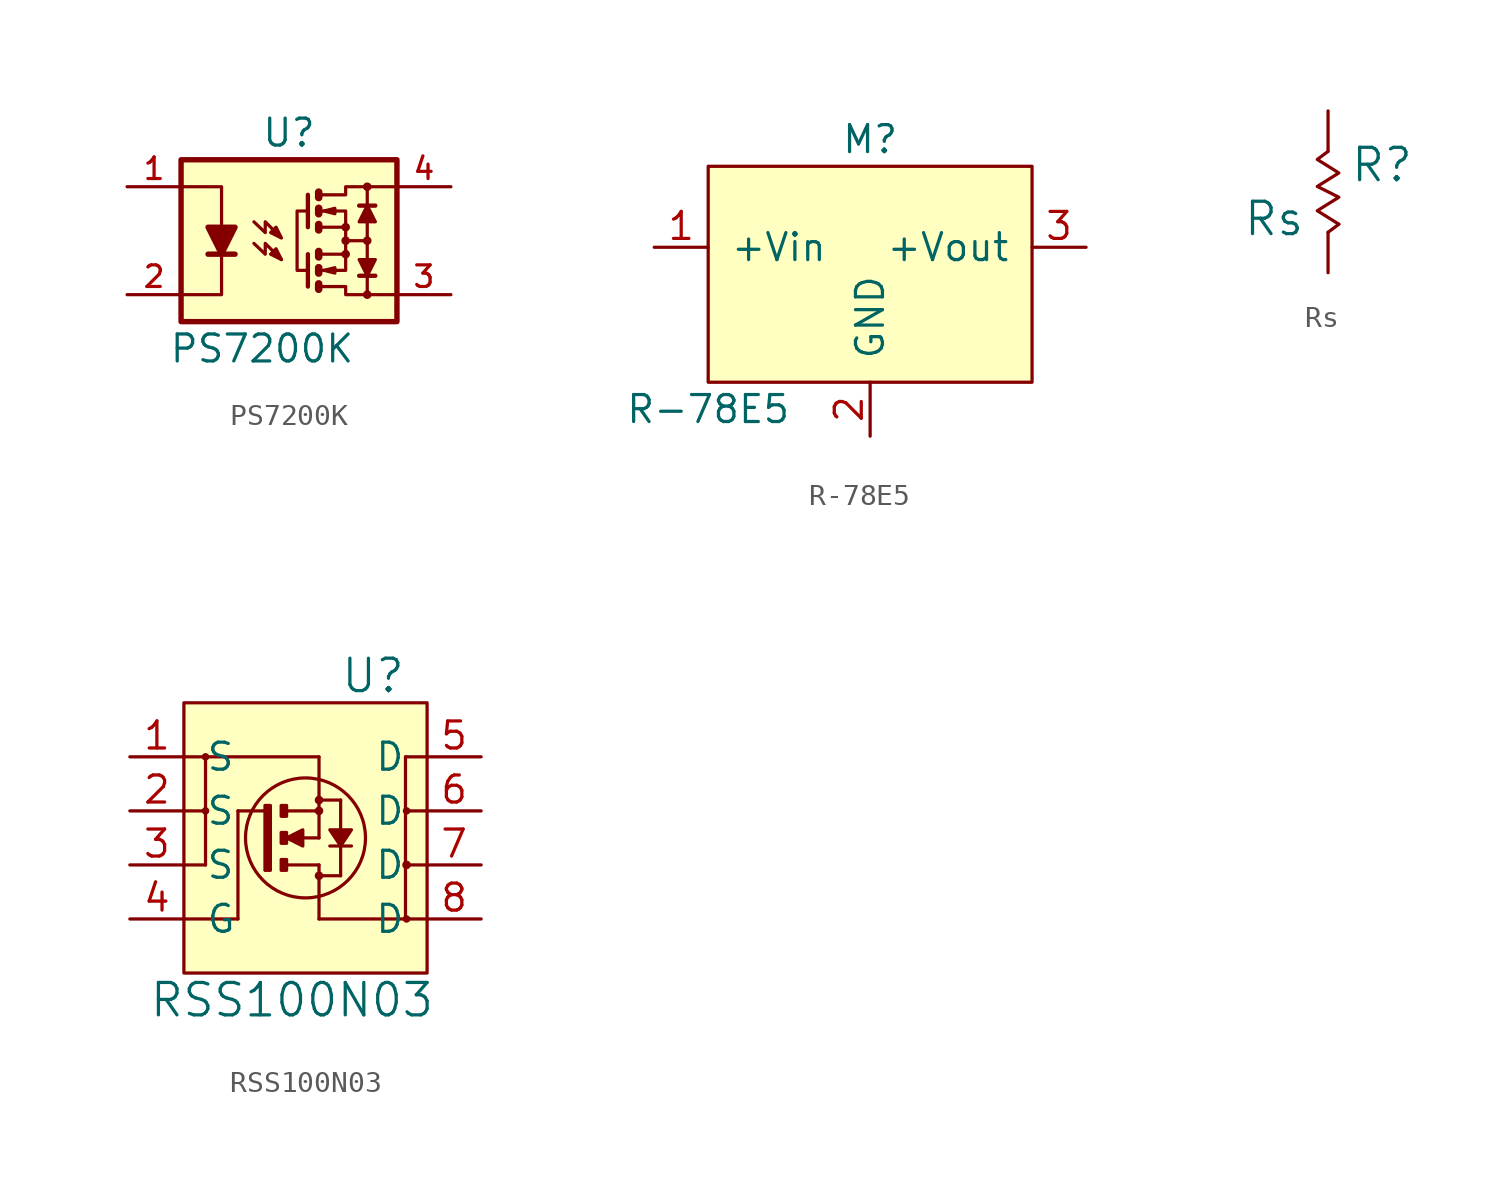
<source format=kicad_sym>
(kicad_symbol_lib
  (version 20220914)
  (generator kicad_symbol_editor)
  (symbol "PS7200K"
    (pin_names
      (offset 1.016))
    (property "Reference" "U"
      (at 0 5.08 0)
      (effects (font (size 1.27 1.27))))
    (property "Value" "PS7200K"
      (at -1.27 -5.08 0)
      (effects (font (size 1.27 1.27))))
    (symbol "PS7200K_1_1"
      (rectangle (start -5.08 3.81) (end 5.08 -3.81) (stroke (width 0.254) (type default)) (fill (type background)))
      (polyline (pts (xy -3.81 -0.635) (xy -2.54 -0.635)) (stroke (width 0.254) (type default)) (fill (type none)))
      (polyline (pts (xy 0.889 -0.635) (xy 0.889 -2.159)) (stroke (width 0.203) (type default)) (fill (type none)))
      (polyline (pts (xy 0.889 2.159) (xy 0.889 0.635)) (stroke (width 0.203) (type default)) (fill (type none)))
      (polyline (pts (xy 1.397 -0.508) (xy 1.397 -0.762)) (stroke (width 0.356) (type default)) (fill (type none)))
      (polyline (pts (xy 2.667 0) (xy 3.683 0)) (stroke (width 0) (type default)) (fill (type none)))
      (polyline (pts (xy 3.302 -1.651) (xy 4.064 -1.651)) (stroke (width 0.203) (type default)) (fill (type none)))
      (polyline (pts (xy 3.302 1.651) (xy 4.064 1.651)) (stroke (width 0.203) (type default)) (fill (type none)))
      (polyline (pts (xy 3.683 0) (xy 3.683 -2.54)) (stroke (width 0) (type default)) (fill (type none)))
      (polyline (pts (xy 3.683 0) (xy 3.683 2.54)) (stroke (width 0) (type default)) (fill (type none)))
      (polyline (pts (xy -5.08 2.54) (xy -3.175 2.54) (xy -3.175 0.635)) (stroke (width 0) (type default)) (fill (type none)))
      (polyline (pts (xy -3.175 -0.635) (xy -3.175 -2.54) (xy -5.08 -2.54)) (stroke (width 0) (type default)) (fill (type none)))
      (polyline (pts (xy 1.397 -2.032) (xy 1.397 -2.286) (xy 1.397 -2.286)) (stroke (width 0.356) (type default)) (fill (type none)))
      (polyline (pts (xy 1.397 -1.27) (xy 1.397 -1.524) (xy 1.397 -1.524)) (stroke (width 0.356) (type default)) (fill (type none)))
      (polyline (pts (xy 1.397 0.762) (xy 1.397 0.508) (xy 1.397 0.508)) (stroke (width 0.356) (type default)) (fill (type none)))
      (polyline (pts (xy 1.397 1.524) (xy 1.397 1.27) (xy 1.397 1.27)) (stroke (width 0.356) (type default)) (fill (type none)))
      (polyline (pts (xy 1.397 2.286) (xy 1.397 2.032) (xy 1.397 2.032)) (stroke (width 0.356) (type default)) (fill (type none)))
      (polyline (pts (xy 1.524 -1.397) (xy 2.667 -1.397) (xy 2.667 -0.635)) (stroke (width 0) (type default)) (fill (type none)))
      (polyline (pts (xy 1.524 1.397) (xy 2.667 1.397) (xy 2.667 0.635)) (stroke (width 0) (type default)) (fill (type none)))
      (polyline (pts (xy -3.175 -0.635) (xy -3.81 0.635) (xy -2.54 0.635) (xy -3.175 -0.635)) (stroke (width 0.254) (type default)) (fill (type outline)))
      (polyline (pts (xy -1.651 -0.127) (xy -1.118 -0.635) (xy -1.118 -0.127) (xy -0.356 -0.889)) (stroke (width 0) (type default)) (fill (type none)))
      (polyline (pts (xy -0.356 -0.889) (xy -0.864 -0.635) (xy -0.61 -0.381) (xy -0.356 -0.889)) (stroke (width 0) (type default)) (fill (type none)))
      (polyline (pts (xy 0.889 -1.397) (xy 0.381 -1.397) (xy 0.381 1.397) (xy 0.889 1.397)) (stroke (width 0) (type default)) (fill (type none)))
      (polyline (pts (xy 1.524 -2.159) (xy 2.667 -2.159) (xy 2.667 -2.54) (xy 4.953 -2.54)) (stroke (width 0) (type default)) (fill (type none)))
      (polyline (pts (xy 1.524 -0.635) (xy 2.667 -0.635) (xy 2.667 0.635) (xy 1.524 0.635)) (stroke (width 0) (type default)) (fill (type none)))
      (polyline (pts (xy 1.524 2.159) (xy 2.667 2.159) (xy 2.667 2.54) (xy 4.953 2.54)) (stroke (width 0) (type default)) (fill (type none)))
      (polyline (pts (xy 1.651 -1.397) (xy 2.159 -1.27) (xy 2.159 -1.524) (xy 1.651 -1.397)) (stroke (width 0) (type default)) (fill (type none)))
      (polyline (pts (xy 1.651 1.397) (xy 2.159 1.524) (xy 2.159 1.27) (xy 1.651 1.397)) (stroke (width 0) (type default)) (fill (type none)))
      (polyline (pts (xy 3.683 -1.651) (xy 3.302 -0.889) (xy 4.064 -0.889) (xy 3.683 -1.651)) (stroke (width 0) (type default)) (fill (type outline)))
      (polyline (pts (xy 3.683 1.651) (xy 3.302 0.889) (xy 4.064 0.889) (xy 3.683 1.651)) (stroke (width 0) (type default)) (fill (type outline)))
      (polyline (pts (xy -1.651 0.889) (xy -1.118 0.381) (xy -1.118 0.889) (xy -0.356 0.127) (xy -0.864 0.381) (xy -0.61 0.635) (xy -0.356 0.127)) (stroke (width 0) (type default)) (fill (type none)))
      (circle (center 2.667 -0.635) (radius 0.127) (stroke (width 0) (type default)) (fill (type none)))
      (circle (center 2.667 0) (radius 0.127) (stroke (width 0) (type default)) (fill (type none)))
      (circle (center 2.667 0.635) (radius 0.127) (stroke (width 0) (type default)) (fill (type none)))
      (circle (center 3.683 -2.54) (radius 0.127) (stroke (width 0) (type default)) (fill (type none)))
      (circle (center 3.683 0) (radius 0.127) (stroke (width 0) (type default)) (fill (type none)))
      (circle (center 3.683 2.54) (radius 0.127) (stroke (width 0) (type default)) (fill (type none)))
      (pin passive line (at -7.62 2.54 0) (length 2.54) (name "~" (effects (font (size 1.016 1.016)))) (number "1" (effects (font (size 1.016 1.016)))))
      (pin passive line (at -7.62 -2.54 0) (length 2.54) (name "~" (effects (font (size 1.016 1.016)))) (number "2" (effects (font (size 1.016 1.016)))))
      (pin passive line (at 7.62 -2.54 180) (length 2.54) (name "~" (effects (font (size 1.016 1.016)))) (number "3" (effects (font (size 1.016 1.016)))))
      (pin passive line (at 7.62 2.54 180) (length 2.54) (name "~" (effects (font (size 1.016 1.016)))) (number "4" (effects (font (size 1.016 1.016)))))))
  (symbol "R-78E5"
    (pin_names
      (offset 1.016))
    (property "Reference" "M"
      (at 0 5.08 0)
      (effects (font (size 1.27 1.27))))
    (property "Value" "R-78E5"
      (at -7.62 -7.62 0)
      (effects (font (size 1.27 1.27))))
    (symbol "R-78E5_0_1"
      (rectangle (start -7.62 -6.35) (end 7.62 3.81) (stroke (width 0) (type default)) (fill (type background))))
    (symbol "R-78E5_1_1"
      (pin power_in line (at -10.16 0 0) (length 2.54) (name "+Vin" (effects (font (size 1.27 1.27)))) (number "1" (effects (font (size 1.27 1.27)))))
      (pin power_in line (at 0 -8.89 90) (length 2.54) (name "GND" (effects (font (size 1.27 1.27)))) (number "2" (effects (font (size 1.27 1.27)))))
      (pin power_out line (at 10.16 0 180) (length 2.54) (name "+Vout" (effects (font (size 1.27 1.27)))) (number "3" (effects (font (size 1.27 1.27)))))))
  (symbol "Rs"
    (pin_numbers hide)
    (pin_names
      (offset 1.016))
    (property "Reference" "R"
      (at 2.54 1.27 0)
      (effects (font (size 1.524 1.524))))
    (property "Value" "Rs"
      (at -2.54 -1.27 0)
      (effects (font (size 1.524 1.524))))
    (property "Footprint" ""
      (at -0.127 -0.889 90)
      (effects (font (size 1.524 1.524))))
    (property "Datasheet" ""
      (at -0.127 -0.889 90)
      (effects (font (size 1.524 1.524))))
    (symbol "Rs_0_0"
      (polyline (pts (xy 0.508 -1.524) (xy 0 -1.905)) (stroke (width 0) (type default)) (fill (type none)))
      (polyline (pts (xy 0 1.905) (xy -0.508 1.524) (xy 0.508 0.889) (xy -0.508 0.254) (xy 0.508 -0.254) (xy -0.508 -0.889) (xy 0.508 -1.524)) (stroke (width 0) (type default)) (fill (type none))))
    (symbol "Rs_1_1"
      (pin passive line (at 0 3.81 270) (length 1.905) (name "~" (effects (font (size 1.27 1.27)))) (number "1" (effects (font (size 1.27 1.27)))))
      (pin passive line (at 0 -3.81 90) (length 1.905) (name "~" (effects (font (size 1.27 1.27)))) (number "2" (effects (font (size 1.27 1.27)))))))
  (symbol "RSS100N03"
    (pin_names
      (offset 1.016))
    (property "Reference" "U"
      (at 2.54 7.62 0)
      (effects (font (size 1.524 1.524))))
    (property "Value" "RSS100N03"
      (at -1.27 -7.62 0)
      (effects (font (size 1.524 1.524))))
    (property "Footprint" ""
      (at 0 0 0)
      (effects (font (size 1.524 1.524))))
    (property "Datasheet" ""
      (at 0 0 0)
      (effects (font (size 1.524 1.524))))
    (symbol "RSS100N03_0_1"
      (rectangle (start -6.35 6.35) (end 5.08 -6.35) (stroke (width 0) (type default)) (fill (type background)))
      (circle (center -5.334 1.27) (radius 0.102) (stroke (width 0) (type default)) (fill (type none)))
      (circle (center -5.334 3.81) (radius 0.102) (stroke (width 0) (type default)) (fill (type none)))
      (rectangle (start -2.286 1.524) (end -2.54 -1.524) (stroke (width 0) (type default)) (fill (type outline)))
      (rectangle (start -1.778 -1.016) (end -1.524 -1.524) (stroke (width 0) (type default)) (fill (type outline)))
      (rectangle (start -1.778 0.254) (end -1.524 -0.254) (stroke (width 0) (type default)) (fill (type outline)))
      (rectangle (start -1.778 1.524) (end -1.524 1.016) (stroke (width 0) (type default)) (fill (type outline)))
      (circle (center -0.635 0) (radius 2.819) (stroke (width 0) (type default)) (fill (type none)))
      (circle (center 0 -1.778) (radius 0.127) (stroke (width 0) (type default)) (fill (type none)))
      (polyline (pts (xy -6.35 -1.27) (xy -5.334 -1.27) (xy -5.334 -1.27)) (stroke (width 0) (type default)) (fill (type none)))
      (polyline (pts (xy -6.35 1.27) (xy -5.334 1.27) (xy -5.334 1.27)) (stroke (width 0) (type default)) (fill (type none)))
      (polyline (pts (xy -6.35 3.81) (xy -5.334 3.81) (xy -5.334 3.81)) (stroke (width 0) (type default)) (fill (type none)))
      (polyline (pts (xy -5.334 -1.27) (xy -5.334 1.27) (xy -5.334 1.27)) (stroke (width 0) (type default)) (fill (type none)))
      (polyline (pts (xy -5.334 1.27) (xy -5.334 3.81) (xy -5.334 3.81)) (stroke (width 0) (type default)) (fill (type none)))
      (polyline (pts (xy -3.81 -3.81) (xy -6.35 -3.81) (xy -6.35 -3.81)) (stroke (width 0) (type default)) (fill (type none)))
      (polyline (pts (xy -2.54 1.27) (xy -3.81 1.27) (xy -3.81 1.27)) (stroke (width 0) (type default)) (fill (type none)))
      (polyline (pts (xy -1.524 -1.27) (xy 0 -1.27) (xy 0 -1.27)) (stroke (width 0) (type default)) (fill (type none)))
      (polyline (pts (xy -1.524 1.27) (xy 0 1.27) (xy 0 1.27)) (stroke (width 0) (type default)) (fill (type none)))
      (polyline (pts (xy -0.762 0) (xy 0 0) (xy 0 0)) (stroke (width 0) (type default)) (fill (type none)))
      (polyline (pts (xy 0 -1.778) (xy 1.016 -1.778) (xy 1.016 -1.778)) (stroke (width 0) (type default)) (fill (type none)))
      (polyline (pts (xy 0 -1.27) (xy 0 -3.81) (xy 0 -3.81)) (stroke (width 0) (type default)) (fill (type none)))
      (polyline (pts (xy 0 0) (xy 0 3.81) (xy 0 3.81)) (stroke (width 0) (type default)) (fill (type none)))
      (polyline (pts (xy 0.508 -0.381) (xy 1.524 -0.381) (xy 1.524 -0.381)) (stroke (width 0) (type default)) (fill (type none)))
      (polyline (pts (xy 1.016 1.778) (xy 1.016 -1.778) (xy 1.016 -1.778)) (stroke (width 0) (type default)) (fill (type outline)))
      (polyline (pts (xy 4.064 3.81) (xy 4.064 -3.81) (xy 4.064 -3.81)) (stroke (width 0) (type default)) (fill (type none)))
      (polyline (pts (xy 5.08 -3.81) (xy 0 -3.81) (xy 0 -3.81)) (stroke (width 0) (type default)) (fill (type none)))
      (polyline (pts (xy 5.08 -1.27) (xy 4.064 -1.27) (xy 4.064 -1.27)) (stroke (width 0) (type default)) (fill (type none)))
      (polyline (pts (xy 5.08 1.27) (xy 4.064 1.27) (xy 4.064 1.27)) (stroke (width 0) (type default)) (fill (type none)))
      (polyline (pts (xy 5.08 3.81) (xy 4.064 3.81) (xy 4.064 3.81)) (stroke (width 0) (type default)) (fill (type none)))
      (polyline (pts (xy -3.81 1.27) (xy -3.81 1.27) (xy -3.81 -3.81) (xy -3.81 -3.81)) (stroke (width 0) (type default)) (fill (type none)))
      (polyline (pts (xy -1.524 0) (xy -0.762 0.381) (xy -0.762 -0.381) (xy -1.524 0) (xy -1.524 0)) (stroke (width 0) (type default)) (fill (type outline)))
      (polyline (pts (xy 0 1.778) (xy 1.016 1.778) (xy 1.016 1.778) (xy 1.016 1.778) (xy 1.016 1.778)) (stroke (width 0) (type default)) (fill (type none)))
      (polyline (pts (xy 0.508 0.381) (xy 1.016 -0.381) (xy 1.524 0.381) (xy 0.508 0.381) (xy 0.508 0.381)) (stroke (width 0) (type default)) (fill (type outline)))
      (polyline (pts (xy -5.334 3.81) (xy -5.334 3.81) (xy 0 3.81) (xy 0 3.81) (xy 0 3.81) (xy 0 3.81)) (stroke (width 0) (type default)) (fill (type none)))
      (circle (center 0 1.27) (radius 0.127) (stroke (width 0) (type default)) (fill (type none)))
      (circle (center 0 1.778) (radius 0.127) (stroke (width 0) (type default)) (fill (type none)))
      (circle (center 4.115 -3.81) (radius 0.102) (stroke (width 0) (type default)) (fill (type none)))
      (circle (center 4.115 -1.27) (radius 0.127) (stroke (width 0) (type default)) (fill (type none)))
      (circle (center 4.115 1.27) (radius 0.102) (stroke (width 0) (type default)) (fill (type none))))
    (symbol "RSS100N03_1_1"
      (pin passive line (at -8.89 3.81 0) (length 2.54) (name "S" (effects (font (size 1.27 1.27)))) (number "1" (effects (font (size 1.27 1.27)))))
      (pin passive line (at -8.89 1.27 0) (length 2.54) (name "S" (effects (font (size 1.27 1.27)))) (number "2" (effects (font (size 1.27 1.27)))))
      (pin passive line (at -8.89 -1.27 0) (length 2.54) (name "S" (effects (font (size 1.27 1.27)))) (number "3" (effects (font (size 1.27 1.27)))))
      (pin input line (at -8.89 -3.81 0) (length 2.54) (name "G" (effects (font (size 1.27 1.27)))) (number "4" (effects (font (size 1.27 1.27)))))
      (pin passive line (at 7.62 3.81 180) (length 2.54) (name "D" (effects (font (size 1.27 1.27)))) (number "5" (effects (font (size 1.27 1.27)))))
      (pin passive line (at 7.62 1.27 180) (length 2.54) (name "D" (effects (font (size 1.27 1.27)))) (number "6" (effects (font (size 1.27 1.27)))))
      (pin passive line (at 7.62 -1.27 180) (length 2.54) (name "D" (effects (font (size 1.27 1.27)))) (number "7" (effects (font (size 1.27 1.27)))))
      (pin passive line (at 7.62 -3.81 180) (length 2.54) (name "D" (effects (font (size 1.27 1.27)))) (number "8" (effects (font (size 1.27 1.27))))))))
</source>
